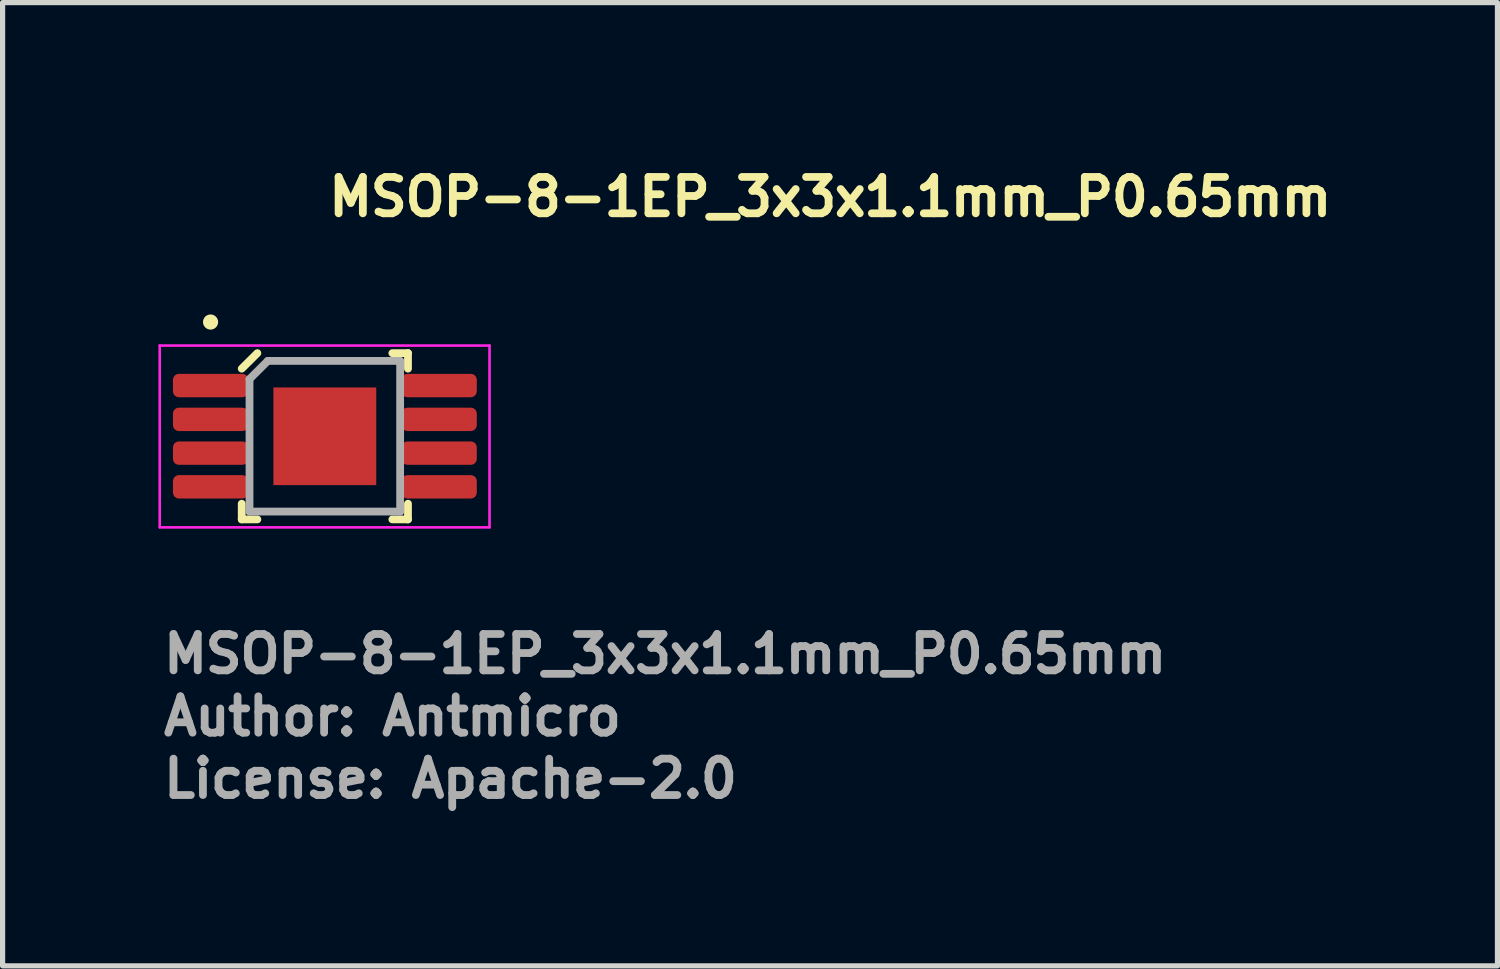
<source format=kicad_pcb>
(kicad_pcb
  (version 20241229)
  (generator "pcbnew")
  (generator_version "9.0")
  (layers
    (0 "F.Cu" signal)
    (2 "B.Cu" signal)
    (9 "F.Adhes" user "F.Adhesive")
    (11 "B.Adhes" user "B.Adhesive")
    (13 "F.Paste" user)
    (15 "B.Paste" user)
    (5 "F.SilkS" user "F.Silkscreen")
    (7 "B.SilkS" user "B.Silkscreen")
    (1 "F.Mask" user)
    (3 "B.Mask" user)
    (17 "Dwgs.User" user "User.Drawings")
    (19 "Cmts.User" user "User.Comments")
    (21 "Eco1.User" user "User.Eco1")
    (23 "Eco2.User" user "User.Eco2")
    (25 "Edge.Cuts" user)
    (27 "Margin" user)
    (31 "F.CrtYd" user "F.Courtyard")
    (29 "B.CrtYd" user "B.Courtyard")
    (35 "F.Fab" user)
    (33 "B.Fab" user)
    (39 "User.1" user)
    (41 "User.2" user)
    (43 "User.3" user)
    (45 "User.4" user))
  (footprint "MSOP-8-1EP_3x3x1.1mm_P0.65mm"
    (layer "F.Cu")
    (at 3.204 5.35)
    (property "Reference" "MSOP-8-1EP_3x3x1.1mm_P0.65mm" (at 0 -4.2 0) (layer "F.SilkS") (effects (font (size 0.7 0.7) (thickness 0.15)) (justify left bottom)))
    (attr smd)
    (fp_line (start -1.6 1.6) (end -1.6 1.298) (stroke (width 0.15) (type solid)) (layer "F.SilkS"))
    (fp_line (start -1.299 -1.601) (end -1.6 -1.302) (stroke (width 0.15) (type solid)) (layer "F.SilkS"))
    (fp_line (start -1.299 1.6) (end -1.6 1.6) (stroke (width 0.15) (type solid)) (layer "F.SilkS"))
    (fp_line (start 1.3 -1.601) (end 1.601 -1.601) (stroke (width 0.15) (type solid)) (layer "F.SilkS"))
    (fp_line (start 1.601 -1.601) (end 1.601 -1.302) (stroke (width 0.15) (type solid)) (layer "F.SilkS"))
    (fp_line (start 1.601 1.298) (end 1.601 1.6) (stroke (width 0.15) (type solid)) (layer "F.SilkS"))
    (fp_line (start 1.601 1.6) (end 1.3 1.6) (stroke (width 0.15) (type solid)) (layer "F.SilkS"))
    (fp_circle (center -2.2 -2.2) (end -2.25 -2.25) (stroke (width 0.15) (type solid)) (fill yes) (layer "F.SilkS"))
    (fp_line (start -3.179 -1.747) (end 3.171 -1.747) (stroke (width 0.05) (type solid)) (layer "F.CrtYd"))
    (fp_line (start -3.179 1.753) (end -3.179 -1.747) (stroke (width 0.05) (type solid)) (layer "F.CrtYd"))
    (fp_line (start 3.171 1.753) (end -3.179 1.753) (stroke (width 0.05) (type solid)) (layer "F.CrtYd"))
    (fp_line (start 3.171 1.753) (end 3.171 -1.747) (stroke (width 0.05) (type solid)) (layer "F.CrtYd"))
    (fp_line (start -1.45 -1.101) (end -1.45 1.449) (stroke (width 0.15) (type solid)) (layer "F.Fab"))
    (fp_line (start -1.099 -1.451) (end -1.45 -1.101) (stroke (width 0.15) (type solid)) (layer "F.Fab"))
    (fp_line (start 1.45 -1.451) (end -1.099 -1.451) (stroke (width 0.15) (type solid)) (layer "F.Fab"))
    (fp_line (start 1.45 -1.451) (end 1.45 1.449) (stroke (width 0.15) (type solid)) (layer "F.Fab"))
    (fp_line (start 1.45 1.449) (end -1.45 1.449) (stroke (width 0.15) (type solid)) (layer "F.Fab"))
    (fp_rect (start -2.451 1.498) (end 2.451 -1.5) (stroke (width 0.1) (type solid)) (fill no) (layer "User.5"))
    (fp_line (start -2.451 -1.128) (end -2.451 -0.824) (stroke (width 0.02) (type solid)) (layer "User.9"))
    (fp_line (start -2.451 -0.479) (end -2.451 -0.173) (stroke (width 0.02) (type solid)) (layer "User.9"))
    (fp_line (start -2.451 0.172) (end -2.451 0.477) (stroke (width 0.02) (type solid)) (layer "User.9"))
    (fp_line (start -2.451 0.822) (end -2.451 1.127) (stroke (width 0.02) (type solid)) (layer "User.9"))
    (fp_line (start -2.211 -1.128) (end -2.451 -1.128) (stroke (width 0.02) (type solid)) (layer "User.9"))
    (fp_line (start -2.211 -1.128) (end -2.092 -1.128) (stroke (width 0.02) (type solid)) (layer "User.9"))
    (fp_line (start -2.211 -0.824) (end -2.451 -0.824) (stroke (width 0.02) (type solid)) (layer "User.9"))
    (fp_line (start -2.211 -0.824) (end -2.092 -0.824) (stroke (width 0.02) (type solid)) (layer "User.9"))
    (fp_line (start -2.211 -0.479) (end -2.451 -0.479) (stroke (width 0.02) (type solid)) (layer "User.9"))
    (fp_line (start -2.211 -0.479) (end -2.092 -0.479) (stroke (width 0.02) (type solid)) (layer "User.9"))
    (fp_line (start -2.211 -0.173) (end -2.451 -0.173) (stroke (width 0.02) (type solid)) (layer "User.9"))
    (fp_line (start -2.211 -0.173) (end -2.092 -0.173) (stroke (width 0.02) (type solid)) (layer "User.9"))
    (fp_line (start -2.211 0.172) (end -2.451 0.172) (stroke (width 0.02) (type solid)) (layer "User.9"))
    (fp_line (start -2.211 0.172) (end -2.092 0.172) (stroke (width 0.02) (type solid)) (layer "User.9"))
    (fp_line (start -2.211 0.477) (end -2.451 0.477) (stroke (width 0.02) (type solid)) (layer "User.9"))
    (fp_line (start -2.211 0.477) (end -2.092 0.477) (stroke (width 0.02) (type solid)) (layer "User.9"))
    (fp_line (start -2.211 0.822) (end -2.451 0.822) (stroke (width 0.02) (type solid)) (layer "User.9"))
    (fp_line (start -2.211 0.822) (end -2.092 0.822) (stroke (width 0.02) (type solid)) (layer "User.9"))
    (fp_line (start -2.211 1.127) (end -2.451 1.127) (stroke (width 0.02) (type solid)) (layer "User.9"))
    (fp_line (start -2.211 1.127) (end -2.092 1.127) (stroke (width 0.02) (type solid)) (layer "User.9"))
    (fp_line (start -2.092 -1.128) (end -2.082 -1.128) (stroke (width 0.02) (type solid)) (layer "User.9"))
    (fp_line (start -2.092 -0.479) (end -2.082 -0.479) (stroke (width 0.02) (type solid)) (layer "User.9"))
    (fp_line (start -2.092 0.172) (end -2.082 0.172) (stroke (width 0.02) (type solid)) (layer "User.9"))
    (fp_line (start -2.092 0.822) (end -2.082 0.822) (stroke (width 0.02) (type solid)) (layer "User.9"))
    (fp_line (start -2.082 -1.128) (end -1.779 -1.128) (stroke (width 0.02) (type solid)) (layer "User.9"))
    (fp_line (start -2.082 -0.824) (end -2.092 -0.824) (stroke (width 0.02) (type solid)) (layer "User.9"))
    (fp_line (start -2.082 -0.824) (end -1.779 -0.824) (stroke (width 0.02) (type solid)) (layer "User.9"))
    (fp_line (start -2.082 -0.479) (end -1.779 -0.479) (stroke (width 0.02) (type solid)) (layer "User.9"))
    (fp_line (start -2.082 -0.173) (end -2.092 -0.173) (stroke (width 0.02) (type solid)) (layer "User.9"))
    (fp_line (start -2.082 -0.173) (end -1.779 -0.173) (stroke (width 0.02) (type solid)) (layer "User.9"))
    (fp_line (start -2.082 0.172) (end -1.779 0.172) (stroke (width 0.02) (type solid)) (layer "User.9"))
    (fp_line (start -2.082 0.477) (end -2.092 0.477) (stroke (width 0.02) (type solid)) (layer "User.9"))
    (fp_line (start -2.082 0.477) (end -1.779 0.477) (stroke (width 0.02) (type solid)) (layer "User.9"))
    (fp_line (start -2.082 0.822) (end -1.779 0.822) (stroke (width 0.02) (type solid)) (layer "User.9"))
    (fp_line (start -2.082 1.127) (end -2.092 1.127) (stroke (width 0.02) (type solid)) (layer "User.9"))
    (fp_line (start -2.082 1.127) (end -1.779 1.127) (stroke (width 0.02) (type solid)) (layer "User.9"))
    (fp_line (start -1.498 -1.382) (end -1.497 -1.388) (stroke (width 0.02) (type solid)) (layer "User.9"))
    (fp_line (start -1.498 -1.376) (end -1.498 -1.382) (stroke (width 0.02) (type solid)) (layer "User.9"))
    (fp_line (start -1.498 -1.373) (end -1.498 -1.376) (stroke (width 0.02) (type solid)) (layer "User.9"))
    (fp_line (start -1.498 -1.373) (end -1.498 1.37) (stroke (width 0.02) (type solid)) (layer "User.9"))
    (fp_line (start -1.498 -1.128) (end -1.779 -1.128) (stroke (width 0.02) (type solid)) (layer "User.9"))
    (fp_line (start -1.498 -1.128) (end -1.498 -0.824) (stroke (width 0.02) (type solid)) (layer "User.9"))
    (fp_line (start -1.498 -0.824) (end -1.779 -0.824) (stroke (width 0.02) (type solid)) (layer "User.9"))
    (fp_line (start -1.498 -0.479) (end -1.779 -0.479) (stroke (width 0.02) (type solid)) (layer "User.9"))
    (fp_line (start -1.498 -0.479) (end -1.498 -0.173) (stroke (width 0.02) (type solid)) (layer "User.9"))
    (fp_line (start -1.498 -0.173) (end -1.779 -0.173) (stroke (width 0.02) (type solid)) (layer "User.9"))
    (fp_line (start -1.498 0.172) (end -1.779 0.172) (stroke (width 0.02) (type solid)) (layer "User.9"))
    (fp_line (start -1.498 0.172) (end -1.498 0.477) (stroke (width 0.02) (type solid)) (layer "User.9"))
    (fp_line (start -1.498 0.477) (end -1.779 0.477) (stroke (width 0.02) (type solid)) (layer "User.9"))
    (fp_line (start -1.498 0.822) (end -1.779 0.822) (stroke (width 0.02) (type solid)) (layer "User.9"))
    (fp_line (start -1.498 0.822) (end -1.498 1.127) (stroke (width 0.02) (type solid)) (layer "User.9"))
    (fp_line (start -1.498 1.127) (end -1.779 1.127) (stroke (width 0.02) (type solid)) (layer "User.9"))
    (fp_line (start -1.498 1.374) (end -1.498 1.37) (stroke (width 0.02) (type solid)) (layer "User.9"))
    (fp_line (start -1.498 1.379) (end -1.498 1.374) (stroke (width 0.02) (type solid)) (layer "User.9"))
    (fp_line (start -1.497 -1.393) (end -1.496 -1.399) (stroke (width 0.02) (type solid)) (layer "User.9"))
    (fp_line (start -1.497 -1.388) (end -1.497 -1.393) (stroke (width 0.02) (type solid)) (layer "User.9"))
    (fp_line (start -1.497 1.386) (end -1.498 1.379) (stroke (width 0.02) (type solid)) (layer "User.9"))
    (fp_line (start -1.497 1.391) (end -1.497 1.386) (stroke (width 0.02) (type solid)) (layer "User.9"))
    (fp_line (start -1.496 -1.399) (end -1.495 -1.405) (stroke (width 0.02) (type solid)) (layer "User.9"))
    (fp_line (start -1.496 1.398) (end -1.497 1.391) (stroke (width 0.02) (type solid)) (layer "User.9"))
    (fp_line (start -1.495 -1.405) (end -1.493 -1.411) (stroke (width 0.02) (type solid)) (layer "User.9"))
    (fp_line (start -1.495 1.403) (end -1.496 1.398) (stroke (width 0.02) (type solid)) (layer "User.9"))
    (fp_line (start -1.493 -1.411) (end -1.491 -1.417) (stroke (width 0.02) (type solid)) (layer "User.9"))
    (fp_line (start -1.493 1.41) (end -1.495 1.403) (stroke (width 0.02) (type solid)) (layer "User.9"))
    (fp_line (start -1.491 -1.417) (end -1.489 -1.422) (stroke (width 0.02) (type solid)) (layer "User.9"))
    (fp_line (start -1.491 1.415) (end -1.493 1.41) (stroke (width 0.02) (type solid)) (layer "User.9"))
    (fp_line (start -1.489 -1.422) (end -1.486 -1.429) (stroke (width 0.02) (type solid)) (layer "User.9"))
    (fp_line (start -1.489 1.421) (end -1.491 1.415) (stroke (width 0.02) (type solid)) (layer "User.9"))
    (fp_line (start -1.486 -1.429) (end -1.484 -1.434) (stroke (width 0.02) (type solid)) (layer "User.9"))
    (fp_line (start -1.486 1.426) (end -1.489 1.421) (stroke (width 0.02) (type solid)) (layer "User.9"))
    (fp_line (start -1.484 -1.434) (end -1.481 -1.439) (stroke (width 0.02) (type solid)) (layer "User.9"))
    (fp_line (start -1.484 1.431) (end -1.486 1.426) (stroke (width 0.02) (type solid)) (layer "User.9"))
    (fp_line (start -1.481 -1.439) (end -1.477 -1.444) (stroke (width 0.02) (type solid)) (layer "User.9"))
    (fp_line (start -1.481 1.437) (end -1.484 1.431) (stroke (width 0.02) (type solid)) (layer "User.9"))
    (fp_line (start -1.477 -1.444) (end -1.474 -1.449) (stroke (width 0.02) (type solid)) (layer "User.9"))
    (fp_line (start -1.477 1.442) (end -1.481 1.437) (stroke (width 0.02) (type solid)) (layer "User.9"))
    (fp_line (start -1.474 -1.449) (end -1.47 -1.454) (stroke (width 0.02) (type solid)) (layer "User.9"))
    (fp_line (start -1.474 1.446) (end -1.477 1.442) (stroke (width 0.02) (type solid)) (layer "User.9"))
    (fp_line (start -1.47 -1.454) (end -1.466 -1.457) (stroke (width 0.02) (type solid)) (layer "User.9"))
    (fp_line (start -1.47 1.451) (end -1.474 1.446) (stroke (width 0.02) (type solid)) (layer "User.9"))
    (fp_line (start -1.466 -1.457) (end -1.462 -1.462) (stroke (width 0.02) (type solid)) (layer "User.9"))
    (fp_line (start -1.466 1.455) (end -1.47 1.451) (stroke (width 0.02) (type solid)) (layer "User.9"))
    (fp_line (start -1.462 -1.462) (end -1.457 -1.466) (stroke (width 0.02) (type solid)) (layer "User.9"))
    (fp_line (start -1.462 1.46) (end -1.466 1.455) (stroke (width 0.02) (type solid)) (layer "User.9"))
    (fp_line (start -1.457 -1.466) (end -1.453 -1.47) (stroke (width 0.02) (type solid)) (layer "User.9"))
    (fp_line (start -1.457 1.464) (end -1.462 1.46) (stroke (width 0.02) (type solid)) (layer "User.9"))
    (fp_line (start -1.453 -1.47) (end -1.448 -1.474) (stroke (width 0.02) (type solid)) (layer "User.9"))
    (fp_line (start -1.453 1.468) (end -1.457 1.464) (stroke (width 0.02) (type solid)) (layer "User.9"))
    (fp_line (start -1.448 -1.474) (end -1.443 -1.477) (stroke (width 0.02) (type solid)) (layer "User.9"))
    (fp_line (start -1.448 1.472) (end -1.453 1.468) (stroke (width 0.02) (type solid)) (layer "User.9"))
    (fp_line (start -1.443 -1.477) (end -1.438 -1.481) (stroke (width 0.02) (type solid)) (layer "User.9"))
    (fp_line (start -1.443 1.475) (end -1.448 1.472) (stroke (width 0.02) (type solid)) (layer "User.9"))
    (fp_line (start -1.438 -1.481) (end -1.433 -1.484) (stroke (width 0.02) (type solid)) (layer "User.9"))
    (fp_line (start -1.438 1.479) (end -1.443 1.475) (stroke (width 0.02) (type solid)) (layer "User.9"))
    (fp_line (start -1.433 -1.484) (end -1.427 -1.486) (stroke (width 0.02) (type solid)) (layer "User.9"))
    (fp_line (start -1.433 -1.316) (end -1.431 -1.322) (stroke (width 0.02) (type solid)) (layer "User.9"))
    (fp_line (start -1.433 -1.31) (end -1.433 -1.316) (stroke (width 0.02) (type solid)) (layer "User.9"))
    (fp_line (start -1.433 1.313) (end -1.433 1.308) (stroke (width 0.02) (type solid)) (layer "User.9"))
    (fp_line (start -1.433 1.483) (end -1.438 1.479) (stroke (width 0.02) (type solid)) (layer "User.9"))
    (fp_line (start -1.431 -1.322) (end -1.43 -1.328) (stroke (width 0.02) (type solid)) (layer "User.9"))
    (fp_line (start -1.431 1.32) (end -1.433 1.313) (stroke (width 0.02) (type solid)) (layer "User.9"))
    (fp_line (start -1.43 -1.328) (end -1.429 -1.333) (stroke (width 0.02) (type solid)) (layer "User.9"))
    (fp_line (start -1.43 1.325) (end -1.431 1.32) (stroke (width 0.02) (type solid)) (layer "User.9"))
    (fp_line (start -1.429 -1.333) (end -1.427 -1.339) (stroke (width 0.02) (type solid)) (layer "User.9"))
    (fp_line (start -1.429 1.331) (end -1.43 1.325) (stroke (width 0.02) (type solid)) (layer "User.9"))
    (fp_line (start -1.427 -1.486) (end -1.421 -1.49) (stroke (width 0.02) (type solid)) (layer "User.9"))
    (fp_line (start -1.427 -1.339) (end -1.425 -1.345) (stroke (width 0.02) (type solid)) (layer "User.9"))
    (fp_line (start -1.427 1.338) (end -1.429 1.331) (stroke (width 0.02) (type solid)) (layer "User.9"))
    (fp_line (start -1.427 1.484) (end -1.433 1.483) (stroke (width 0.02) (type solid)) (layer "User.9"))
    (fp_line (start -1.425 -1.345) (end -1.423 -1.351) (stroke (width 0.02) (type solid)) (layer "User.9"))
    (fp_line (start -1.425 1.343) (end -1.427 1.338) (stroke (width 0.02) (type solid)) (layer "User.9"))
    (fp_line (start -1.423 -1.351) (end -1.421 -1.356) (stroke (width 0.02) (type solid)) (layer "User.9"))
    (fp_line (start -1.423 1.35) (end -1.425 1.343) (stroke (width 0.02) (type solid)) (layer "User.9"))
    (fp_line (start -1.421 -1.49) (end -1.416 -1.492) (stroke (width 0.02) (type solid)) (layer "User.9"))
    (fp_line (start -1.421 -1.356) (end -1.418 -1.363) (stroke (width 0.02) (type solid)) (layer "User.9"))
    (fp_line (start -1.421 1.354) (end -1.423 1.35) (stroke (width 0.02) (type solid)) (layer "User.9"))
    (fp_line (start -1.421 1.487) (end -1.427 1.484) (stroke (width 0.02) (type solid)) (layer "User.9"))
    (fp_line (start -1.418 -1.363) (end -1.416 -1.368) (stroke (width 0.02) (type solid)) (layer "User.9"))
    (fp_line (start -1.418 1.361) (end -1.421 1.354) (stroke (width 0.02) (type solid)) (layer "User.9"))
    (fp_line (start -1.416 -1.492) (end -1.41 -1.494) (stroke (width 0.02) (type solid)) (layer "User.9"))
    (fp_line (start -1.416 -1.368) (end -1.413 -1.373) (stroke (width 0.02) (type solid)) (layer "User.9"))
    (fp_line (start -1.416 1.366) (end -1.418 1.361) (stroke (width 0.02) (type solid)) (layer "User.9"))
    (fp_line (start -1.416 1.49) (end -1.421 1.487) (stroke (width 0.02) (type solid)) (layer "User.9"))
    (fp_line (start -1.413 -1.373) (end -1.409 -1.378) (stroke (width 0.02) (type solid)) (layer "User.9"))
    (fp_line (start -1.413 1.37) (end -1.416 1.366) (stroke (width 0.02) (type solid)) (layer "User.9"))
    (fp_line (start -1.41 -1.494) (end -1.404 -1.496) (stroke (width 0.02) (type solid)) (layer "User.9"))
    (fp_line (start -1.41 1.491) (end -1.416 1.49) (stroke (width 0.02) (type solid)) (layer "User.9"))
    (fp_line (start -1.409 -1.378) (end -1.406 -1.383) (stroke (width 0.02) (type solid)) (layer "User.9"))
    (fp_line (start -1.409 1.375) (end -1.413 1.37) (stroke (width 0.02) (type solid)) (layer "User.9"))
    (fp_line (start -1.406 -1.383) (end -1.402 -1.387) (stroke (width 0.02) (type solid)) (layer "User.9"))
    (fp_line (start -1.406 1.381) (end -1.409 1.375) (stroke (width 0.02) (type solid)) (layer "User.9"))
    (fp_line (start -1.404 -1.496) (end -1.398 -1.497) (stroke (width 0.02) (type solid)) (layer "User.9"))
    (fp_line (start -1.404 1.494) (end -1.41 1.491) (stroke (width 0.02) (type solid)) (layer "User.9"))
    (fp_line (start -1.402 -1.387) (end -1.398 -1.392) (stroke (width 0.02) (type solid)) (layer "User.9"))
    (fp_line (start -1.402 1.385) (end -1.406 1.381) (stroke (width 0.02) (type solid)) (layer "User.9"))
    (fp_line (start -1.398 -1.497) (end -1.392 -1.499) (stroke (width 0.02) (type solid)) (layer "User.9"))
    (fp_line (start -1.398 -1.392) (end -1.394 -1.395) (stroke (width 0.02) (type solid)) (layer "User.9"))
    (fp_line (start -1.398 1.39) (end -1.402 1.385) (stroke (width 0.02) (type solid)) (layer "User.9"))
    (fp_line (start -1.398 1.495) (end -1.404 1.494) (stroke (width 0.02) (type solid)) (layer "User.9"))
    (fp_line (start -1.394 -1.395) (end -1.39 -1.399) (stroke (width 0.02) (type solid)) (layer "User.9"))
    (fp_line (start -1.394 1.394) (end -1.398 1.39) (stroke (width 0.02) (type solid)) (layer "User.9"))
    (fp_line (start -1.392 -1.499) (end -1.386 -1.499) (stroke (width 0.02) (type solid)) (layer "User.9"))
    (fp_line (start -1.392 1.496) (end -1.398 1.495) (stroke (width 0.02) (type solid)) (layer "User.9"))
    (fp_line (start -1.39 -1.399) (end -1.385 -1.403) (stroke (width 0.02) (type solid)) (layer "User.9"))
    (fp_line (start -1.39 1.398) (end -1.394 1.394) (stroke (width 0.02) (type solid)) (layer "User.9"))
    (fp_line (start -1.386 -1.499) (end -1.38 -1.5) (stroke (width 0.02) (type solid)) (layer "User.9"))
    (fp_line (start -1.386 1.496) (end -1.392 1.496) (stroke (width 0.02) (type solid)) (layer "User.9"))
    (fp_line (start -1.385 -1.403) (end -1.381 -1.407) (stroke (width 0.02) (type solid)) (layer "User.9"))
    (fp_line (start -1.385 1.402) (end -1.39 1.398) (stroke (width 0.02) (type solid)) (layer "User.9"))
    (fp_line (start -1.381 -1.407) (end -1.376 -1.41) (stroke (width 0.02) (type solid)) (layer "User.9"))
    (fp_line (start -1.381 1.406) (end -1.385 1.402) (stroke (width 0.02) (type solid)) (layer "User.9"))
    (fp_line (start -1.38 -1.5) (end -1.374 -1.5) (stroke (width 0.02) (type solid)) (layer "User.9"))
    (fp_line (start -1.38 1.498) (end -1.386 1.496) (stroke (width 0.02) (type solid)) (layer "User.9"))
    (fp_line (start -1.376 -1.41) (end -1.371 -1.414) (stroke (width 0.02) (type solid)) (layer "User.9"))
    (fp_line (start -1.376 1.409) (end -1.381 1.406) (stroke (width 0.02) (type solid)) (layer "User.9"))
    (fp_line (start -1.374 -1.5) (end -1.371 -1.5) (stroke (width 0.02) (type solid)) (layer "User.9"))
    (fp_line (start -1.374 1.498) (end -1.38 1.498) (stroke (width 0.02) (type solid)) (layer "User.9"))
    (fp_line (start -1.371 -1.5) (end 1.372 -1.5) (stroke (width 0.02) (type solid)) (layer "User.9"))
    (fp_line (start -1.371 -1.414) (end -1.367 -1.417) (stroke (width 0.02) (type solid)) (layer "User.9"))
    (fp_line (start -1.371 1.413) (end -1.376 1.409) (stroke (width 0.02) (type solid)) (layer "User.9"))
    (fp_line (start -1.371 1.498) (end -1.374 1.498) (stroke (width 0.02) (type solid)) (layer "User.9"))
    (fp_line (start -1.371 1.498) (end 1.372 1.498) (stroke (width 0.02) (type solid)) (layer "User.9"))
    (fp_line (start -1.367 -1.417) (end -1.362 -1.419) (stroke (width 0.02) (type solid)) (layer "User.9"))
    (fp_line (start -1.367 1.415) (end -1.371 1.413) (stroke (width 0.02) (type solid)) (layer "User.9"))
    (fp_line (start -1.362 -1.419) (end -1.356 -1.422) (stroke (width 0.02) (type solid)) (layer "User.9"))
    (fp_line (start -1.362 1.418) (end -1.367 1.415) (stroke (width 0.02) (type solid)) (layer "User.9"))
    (fp_line (start -1.356 -1.422) (end -1.351 -1.425) (stroke (width 0.02) (type solid)) (layer "User.9"))
    (fp_line (start -1.356 1.421) (end -1.362 1.418) (stroke (width 0.02) (type solid)) (layer "User.9"))
    (fp_line (start -1.351 -1.425) (end -1.345 -1.427) (stroke (width 0.02) (type solid)) (layer "User.9"))
    (fp_line (start -1.351 1.422) (end -1.356 1.421) (stroke (width 0.02) (type solid)) (layer "User.9"))
    (fp_line (start -1.345 -1.427) (end -1.339 -1.429) (stroke (width 0.02) (type solid)) (layer "User.9"))
    (fp_line (start -1.345 1.425) (end -1.351 1.422) (stroke (width 0.02) (type solid)) (layer "User.9"))
    (fp_line (start -1.339 -1.429) (end -1.333 -1.431) (stroke (width 0.02) (type solid)) (layer "User.9"))
    (fp_line (start -1.339 1.426) (end -1.345 1.425) (stroke (width 0.02) (type solid)) (layer "User.9"))
    (fp_line (start -1.333 -1.431) (end -1.327 -1.432) (stroke (width 0.02) (type solid)) (layer "User.9"))
    (fp_line (start -1.333 1.429) (end -1.339 1.426) (stroke (width 0.02) (type solid)) (layer "User.9"))
    (fp_line (start -1.327 -1.432) (end -1.321 -1.433) (stroke (width 0.02) (type solid)) (layer "User.9"))
    (fp_line (start -1.327 1.43) (end -1.333 1.429) (stroke (width 0.02) (type solid)) (layer "User.9"))
    (fp_line (start -1.321 -1.433) (end -1.315 -1.434) (stroke (width 0.02) (type solid)) (layer "User.9"))
    (fp_line (start -1.321 -0.99) (end -1.32 -0.994) (stroke (width 0.02) (type solid)) (layer "User.9"))
    (fp_line (start -1.321 -0.986) (end -1.321 -0.99) (stroke (width 0.02) (type solid)) (layer "User.9"))
    (fp_line (start -1.321 -0.982) (end -1.321 -0.986) (stroke (width 0.02) (type solid)) (layer "User.9"))
    (fp_line (start -1.321 -0.979) (end -1.321 -0.982) (stroke (width 0.02) (type solid)) (layer "User.9"))
    (fp_line (start -1.321 -0.979) (end -1.32 -0.99) (stroke (width 0.02) (type solid)) (layer "User.9"))
    (fp_line (start -1.321 -0.975) (end -1.321 -0.979) (stroke (width 0.02) (type solid)) (layer "User.9"))
    (fp_line (start -1.321 -0.971) (end -1.321 -0.975) (stroke (width 0.02) (type solid)) (layer "User.9"))
    (fp_line (start -1.321 -0.967) (end -1.321 -0.979) (stroke (width 0.02) (type solid)) (layer "User.9"))
    (fp_line (start -1.321 -0.967) (end -1.321 -0.971) (stroke (width 0.02) (type solid)) (layer "User.9"))
    (fp_line (start -1.321 1.43) (end -1.327 1.43) (stroke (width 0.02) (type solid)) (layer "User.9"))
    (fp_line (start -1.32 -1.002) (end -1.318 -1.013) (stroke (width 0.02) (type solid)) (layer "User.9"))
    (fp_line (start -1.32 -0.994) (end -1.32 -0.998) (stroke (width 0.02) (type solid)) (layer "User.9"))
    (fp_line (start -1.32 -0.99) (end -1.32 -1.002) (stroke (width 0.02) (type solid)) (layer "User.9"))
    (fp_line (start -1.318 -1.013) (end -1.316 -1.025) (stroke (width 0.02) (type solid)) (layer "User.9"))
    (fp_line (start -1.316 -1.029) (end -1.315 -1.033) (stroke (width 0.02) (type solid)) (layer "User.9"))
    (fp_line (start -1.316 -1.025) (end -1.314 -1.036) (stroke (width 0.02) (type solid)) (layer "User.9"))
    (fp_line (start -1.315 -1.434) (end -1.309 -1.434) (stroke (width 0.02) (type solid)) (layer "User.9"))
    (fp_line (start -1.315 -1.033) (end -1.314 -1.036) (stroke (width 0.02) (type solid)) (layer "User.9"))
    (fp_line (start -1.315 1.431) (end -1.321 1.43) (stroke (width 0.02) (type solid)) (layer "User.9"))
    (fp_line (start -1.314 -1.039) (end -1.313 -1.044) (stroke (width 0.02) (type solid)) (layer "User.9"))
    (fp_line (start -1.314 -1.036) (end -1.314 -1.039) (stroke (width 0.02) (type solid)) (layer "User.9"))
    (fp_line (start -1.314 -1.036) (end -1.312 -1.048) (stroke (width 0.02) (type solid)) (layer "User.9"))
    (fp_line (start -1.313 -1.044) (end -1.312 -1.048) (stroke (width 0.02) (type solid)) (layer "User.9"))
    (fp_line (start -1.312 -1.048) (end -1.311 -1.051) (stroke (width 0.02) (type solid)) (layer "User.9"))
    (fp_line (start -1.312 -1.048) (end -1.309 -1.059) (stroke (width 0.02) (type solid)) (layer "User.9"))
    (fp_line (start -1.311 -1.051) (end -1.31 -1.055) (stroke (width 0.02) (type solid)) (layer "User.9"))
    (fp_line (start -1.31 -1.055) (end -1.309 -1.059) (stroke (width 0.02) (type solid)) (layer "User.9"))
    (fp_line (start -1.309 -1.434) (end -1.309 -1.31) (stroke (width 0.02) (type solid)) (layer "User.9"))
    (fp_line (start -1.309 -1.059) (end -1.301 -1.081) (stroke (width 0.02) (type solid)) (layer "User.9"))
    (fp_line (start -1.309 -0.967) (end -1.321 -0.967) (stroke (width 0.02) (type solid)) (layer "User.9"))
    (fp_line (start -1.309 -0.967) (end -0.609 -0.967) (stroke (width 0.02) (type solid)) (layer "User.9"))
    (fp_line (start -1.309 1.308) (end -1.309 1.431) (stroke (width 0.02) (type solid)) (layer "User.9"))
    (fp_line (start -1.309 1.431) (end -1.315 1.431) (stroke (width 0.02) (type solid)) (layer "User.9"))
    (fp_line (start -1.301 -1.081) (end -1.293 -1.103) (stroke (width 0.02) (type solid)) (layer "User.9"))
    (fp_line (start -1.293 -1.103) (end -1.283 -1.124) (stroke (width 0.02) (type solid)) (layer "User.9"))
    (fp_line (start -1.283 -1.124) (end -1.272 -1.145) (stroke (width 0.02) (type solid)) (layer "User.9"))
    (fp_line (start -1.272 -1.145) (end -1.26 -1.164) (stroke (width 0.02) (type solid)) (layer "User.9"))
    (fp_line (start -1.26 -1.164) (end -1.246 -1.184) (stroke (width 0.02) (type solid)) (layer "User.9"))
    (fp_line (start -1.246 -1.184) (end -1.233 -1.201) (stroke (width 0.02) (type solid)) (layer "User.9"))
    (fp_line (start -1.233 -1.201) (end -1.217 -1.217) (stroke (width 0.02) (type solid)) (layer "User.9"))
    (fp_line (start -1.217 -1.217) (end -1.2 -1.234) (stroke (width 0.02) (type solid)) (layer "User.9"))
    (fp_line (start -1.2 -1.234) (end -1.182 -1.248) (stroke (width 0.02) (type solid)) (layer "User.9"))
    (fp_line (start -1.182 -1.248) (end -1.163 -1.262) (stroke (width 0.02) (type solid)) (layer "User.9"))
    (fp_line (start -1.163 -1.262) (end -1.143 -1.273) (stroke (width 0.02) (type solid)) (layer "User.9"))
    (fp_line (start -1.143 -1.273) (end -1.123 -1.284) (stroke (width 0.02) (type solid)) (layer "User.9"))
    (fp_line (start -1.123 -1.284) (end -1.103 -1.294) (stroke (width 0.02) (type solid)) (layer "User.9"))
    (fp_line (start -1.103 -1.294) (end -1.081 -1.303) (stroke (width 0.02) (type solid)) (layer "User.9"))
    (fp_line (start -1.081 -1.303) (end -1.057 -1.31) (stroke (width 0.02) (type solid)) (layer "User.9"))
    (fp_line (start -1.057 -1.31) (end -1.053 -1.312) (stroke (width 0.02) (type solid)) (layer "User.9"))
    (fp_line (start -1.057 -1.31) (end -1.046 -1.313) (stroke (width 0.02) (type solid)) (layer "User.9"))
    (fp_line (start -1.053 -1.312) (end -1.046 -1.313) (stroke (width 0.02) (type solid)) (layer "User.9"))
    (fp_line (start -1.046 -1.313) (end -1.04 -1.314) (stroke (width 0.02) (type solid)) (layer "User.9"))
    (fp_line (start -1.046 -1.313) (end -1.034 -1.315) (stroke (width 0.02) (type solid)) (layer "User.9"))
    (fp_line (start -1.04 -1.314) (end -1.036 -1.315) (stroke (width 0.02) (type solid)) (layer "User.9"))
    (fp_line (start -1.036 -1.315) (end -1.03 -1.316) (stroke (width 0.02) (type solid)) (layer "User.9"))
    (fp_line (start -1.034 -1.315) (end -1.024 -1.318) (stroke (width 0.02) (type solid)) (layer "User.9"))
    (fp_line (start -1.03 -1.316) (end -1.024 -1.317) (stroke (width 0.02) (type solid)) (layer "User.9"))
    (fp_line (start -1.024 -1.318) (end -1.012 -1.319) (stroke (width 0.02) (type solid)) (layer "User.9"))
    (fp_line (start -1.024 -1.317) (end -1.018 -1.318) (stroke (width 0.02) (type solid)) (layer "User.9"))
    (fp_line (start -1.018 -1.318) (end -1.012 -1.319) (stroke (width 0.02) (type solid)) (layer "User.9"))
    (fp_line (start -1.012 -1.319) (end -1 -1.321) (stroke (width 0.02) (type solid)) (layer "User.9"))
    (fp_line (start -1 -1.321) (end -0.988 -1.322) (stroke (width 0.02) (type solid)) (layer "User.9"))
    (fp_line (start -0.988 -1.322) (end -0.976 -1.322) (stroke (width 0.02) (type solid)) (layer "User.9"))
    (fp_line (start -0.976 -1.322) (end -0.966 -1.322) (stroke (width 0.02) (type solid)) (layer "User.9"))
    (fp_line (start -0.966 -1.322) (end -0.964 -1.322) (stroke (width 0.02) (type solid)) (layer "User.9"))
    (fp_line (start -0.966 -1.322) (end -0.954 -1.322) (stroke (width 0.02) (type solid)) (layer "User.9"))
    (fp_line (start -0.964 -1.322) (end -0.962 -1.322) (stroke (width 0.02) (type solid)) (layer "User.9"))
    (fp_line (start -0.954 -1.322) (end -0.942 -1.322) (stroke (width 0.02) (type solid)) (layer "User.9"))
    (fp_line (start -0.942 -1.322) (end -0.93 -1.321) (stroke (width 0.02) (type solid)) (layer "User.9"))
    (fp_line (start -0.93 -1.321) (end -0.919 -1.319) (stroke (width 0.02) (type solid)) (layer "User.9"))
    (fp_line (start -0.919 -1.319) (end -0.913 -1.318) (stroke (width 0.02) (type solid)) (layer "User.9"))
    (fp_line (start -0.919 -1.319) (end -0.907 -1.318) (stroke (width 0.02) (type solid)) (layer "User.9"))
    (fp_line (start -0.913 -1.318) (end -0.907 -1.317) (stroke (width 0.02) (type solid)) (layer "User.9"))
    (fp_line (start -0.907 -1.318) (end -0.895 -1.315) (stroke (width 0.02) (type solid)) (layer "User.9"))
    (fp_line (start -0.907 -1.317) (end -0.901 -1.316) (stroke (width 0.02) (type solid)) (layer "User.9"))
    (fp_line (start -0.901 -1.316) (end -0.895 -1.315) (stroke (width 0.02) (type solid)) (layer "User.9"))
    (fp_line (start -0.895 -1.315) (end -0.889 -1.314) (stroke (width 0.02) (type solid)) (layer "User.9"))
    (fp_line (start -0.895 -1.315) (end -0.885 -1.313) (stroke (width 0.02) (type solid)) (layer "User.9"))
    (fp_line (start -0.889 -1.314) (end -0.883 -1.313) (stroke (width 0.02) (type solid)) (layer "User.9"))
    (fp_line (start -0.885 -1.313) (end -0.873 -1.31) (stroke (width 0.02) (type solid)) (layer "User.9"))
    (fp_line (start -0.883 -1.313) (end -0.879 -1.312) (stroke (width 0.02) (type solid)) (layer "User.9"))
    (fp_line (start -0.879 -1.312) (end -0.873 -1.31) (stroke (width 0.02) (type solid)) (layer "User.9"))
    (fp_line (start -0.873 -1.31) (end -0.859 -1.306) (stroke (width 0.02) (type solid)) (layer "User.9"))
    (fp_line (start -0.859 -1.306) (end -0.845 -1.301) (stroke (width 0.02) (type solid)) (layer "User.9"))
    (fp_line (start -0.845 -1.301) (end -0.831 -1.295) (stroke (width 0.02) (type solid)) (layer "User.9"))
    (fp_line (start -0.831 -1.295) (end -0.817 -1.289) (stroke (width 0.02) (type solid)) (layer "User.9"))
    (fp_line (start -0.817 -1.289) (end -0.803 -1.282) (stroke (width 0.02) (type solid)) (layer "User.9"))
    (fp_line (start -0.803 -1.282) (end -0.79 -1.276) (stroke (width 0.02) (type solid)) (layer "User.9"))
    (fp_line (start -0.79 -1.276) (end -0.778 -1.268) (stroke (width 0.02) (type solid)) (layer "User.9"))
    (fp_line (start -0.778 -1.268) (end -0.766 -1.261) (stroke (width 0.02) (type solid)) (layer "User.9"))
    (fp_line (start -0.766 -1.261) (end -0.754 -1.253) (stroke (width 0.02) (type solid)) (layer "User.9"))
    (fp_line (start -0.754 -1.253) (end -0.742 -1.244) (stroke (width 0.02) (type solid)) (layer "User.9"))
    (fp_line (start -0.742 -1.244) (end -0.732 -1.235) (stroke (width 0.02) (type solid)) (layer "User.9"))
    (fp_line (start -0.732 -1.235) (end -0.722 -1.224) (stroke (width 0.02) (type solid)) (layer "User.9"))
    (fp_line (start -0.722 -1.224) (end -0.71 -1.215) (stroke (width 0.02) (type solid)) (layer "User.9"))
    (fp_line (start -0.71 -1.215) (end -0.702 -1.205) (stroke (width 0.02) (type solid)) (layer "User.9"))
    (fp_line (start -0.702 -1.205) (end -0.692 -1.193) (stroke (width 0.02) (type solid)) (layer "User.9"))
    (fp_line (start -0.692 -1.193) (end -0.682 -1.183) (stroke (width 0.02) (type solid)) (layer "User.9"))
    (fp_line (start -0.682 -1.183) (end -0.674 -1.171) (stroke (width 0.02) (type solid)) (layer "User.9"))
    (fp_line (start -0.674 -1.171) (end -0.666 -1.159) (stroke (width 0.02) (type solid)) (layer "User.9"))
    (fp_line (start -0.666 -1.159) (end -0.659 -1.147) (stroke (width 0.02) (type solid)) (layer "User.9"))
    (fp_line (start -0.659 -1.147) (end -0.651 -1.134) (stroke (width 0.02) (type solid)) (layer "User.9"))
    (fp_line (start -0.651 -1.134) (end -0.645 -1.121) (stroke (width 0.02) (type solid)) (layer "User.9"))
    (fp_line (start -0.645 -1.121) (end -0.639 -1.109) (stroke (width 0.02) (type solid)) (layer "User.9"))
    (fp_line (start -0.639 -1.109) (end -0.633 -1.096) (stroke (width 0.02) (type solid)) (layer "User.9"))
    (fp_line (start -0.633 -1.096) (end -0.629 -1.081) (stroke (width 0.02) (type solid)) (layer "User.9"))
    (fp_line (start -0.629 -1.081) (end -0.625 -1.067) (stroke (width 0.02) (type solid)) (layer "User.9"))
    (fp_line (start -0.625 -1.067) (end -0.621 -1.053) (stroke (width 0.02) (type solid)) (layer "User.9"))
    (fp_line (start -0.621 -1.053) (end -0.617 -1.039) (stroke (width 0.02) (type solid)) (layer "User.9"))
    (fp_line (start -0.617 -1.039) (end -0.615 -1.026) (stroke (width 0.02) (type solid)) (layer "User.9"))
    (fp_line (start -0.615 -1.026) (end -0.613 -1.011) (stroke (width 0.02) (type solid)) (layer "User.9"))
    (fp_line (start -0.613 -1.011) (end -0.611 -0.997) (stroke (width 0.02) (type solid)) (layer "User.9"))
    (fp_line (start -0.611 -0.997) (end -0.609 -0.982) (stroke (width 0.02) (type solid)) (layer "User.9"))
    (fp_line (start -0.609 -0.982) (end -0.609 -0.967) (stroke (width 0.02) (type solid)) (layer "User.9"))
    (fp_line (start 1.308 -1.434) (end 1.315 -1.434) (stroke (width 0.02) (type solid)) (layer "User.9"))
    (fp_line (start 1.308 -1.31) (end 1.308 -1.434) (stroke (width 0.02) (type solid)) (layer "User.9"))
    (fp_line (start 1.308 1.431) (end 1.308 1.308) (stroke (width 0.02) (type solid)) (layer "User.9"))
    (fp_line (start 1.315 -1.434) (end 1.32 -1.433) (stroke (width 0.02) (type solid)) (layer "User.9"))
    (fp_line (start 1.315 1.431) (end 1.308 1.431) (stroke (width 0.02) (type solid)) (layer "User.9"))
    (fp_line (start 1.32 -1.433) (end 1.327 -1.432) (stroke (width 0.02) (type solid)) (layer "User.9"))
    (fp_line (start 1.32 1.43) (end 1.315 1.431) (stroke (width 0.02) (type solid)) (layer "User.9"))
    (fp_line (start 1.327 -1.432) (end 1.332 -1.431) (stroke (width 0.02) (type solid)) (layer "User.9"))
    (fp_line (start 1.327 1.43) (end 1.32 1.43) (stroke (width 0.02) (type solid)) (layer "User.9"))
    (fp_line (start 1.332 -1.431) (end 1.339 -1.429) (stroke (width 0.02) (type solid)) (layer "User.9"))
    (fp_line (start 1.332 1.429) (end 1.327 1.43) (stroke (width 0.02) (type solid)) (layer "User.9"))
    (fp_line (start 1.339 -1.429) (end 1.344 -1.427) (stroke (width 0.02) (type solid)) (layer "User.9"))
    (fp_line (start 1.339 1.426) (end 1.332 1.429) (stroke (width 0.02) (type solid)) (layer "User.9"))
    (fp_line (start 1.344 -1.427) (end 1.351 -1.425) (stroke (width 0.02) (type solid)) (layer "User.9"))
    (fp_line (start 1.344 1.425) (end 1.339 1.426) (stroke (width 0.02) (type solid)) (layer "User.9"))
    (fp_line (start 1.351 -1.425) (end 1.356 -1.422) (stroke (width 0.02) (type solid)) (layer "User.9"))
    (fp_line (start 1.351 1.422) (end 1.344 1.425) (stroke (width 0.02) (type solid)) (layer "User.9"))
    (fp_line (start 1.356 -1.422) (end 1.361 -1.419) (stroke (width 0.02) (type solid)) (layer "User.9"))
    (fp_line (start 1.356 1.421) (end 1.351 1.422) (stroke (width 0.02) (type solid)) (layer "User.9"))
    (fp_line (start 1.361 -1.419) (end 1.367 -1.417) (stroke (width 0.02) (type solid)) (layer "User.9"))
    (fp_line (start 1.361 1.418) (end 1.356 1.421) (stroke (width 0.02) (type solid)) (layer "User.9"))
    (fp_line (start 1.367 -1.417) (end 1.372 -1.414) (stroke (width 0.02) (type solid)) (layer "User.9"))
    (fp_line (start 1.367 1.415) (end 1.361 1.418) (stroke (width 0.02) (type solid)) (layer "User.9"))
    (fp_line (start 1.372 -1.5) (end 1.375 -1.5) (stroke (width 0.02) (type solid)) (layer "User.9"))
    (fp_line (start 1.372 -1.414) (end 1.376 -1.41) (stroke (width 0.02) (type solid)) (layer "User.9"))
    (fp_line (start 1.372 1.413) (end 1.367 1.415) (stroke (width 0.02) (type solid)) (layer "User.9"))
    (fp_line (start 1.375 -1.5) (end 1.38 -1.5) (stroke (width 0.02) (type solid)) (layer "User.9"))
    (fp_line (start 1.375 1.498) (end 1.372 1.498) (stroke (width 0.02) (type solid)) (layer "User.9"))
    (fp_line (start 1.376 -1.41) (end 1.381 -1.407) (stroke (width 0.02) (type solid)) (layer "User.9"))
    (fp_line (start 1.376 1.409) (end 1.372 1.413) (stroke (width 0.02) (type solid)) (layer "User.9"))
    (fp_line (start 1.38 -1.5) (end 1.386 -1.499) (stroke (width 0.02) (type solid)) (layer "User.9"))
    (fp_line (start 1.38 1.498) (end 1.375 1.498) (stroke (width 0.02) (type solid)) (layer "User.9"))
    (fp_line (start 1.381 -1.407) (end 1.385 -1.403) (stroke (width 0.02) (type solid)) (layer "User.9"))
    (fp_line (start 1.381 1.406) (end 1.376 1.409) (stroke (width 0.02) (type solid)) (layer "User.9"))
    (fp_line (start 1.385 -1.403) (end 1.39 -1.399) (stroke (width 0.02) (type solid)) (layer "User.9"))
    (fp_line (start 1.385 1.402) (end 1.381 1.406) (stroke (width 0.02) (type solid)) (layer "User.9"))
    (fp_line (start 1.386 -1.499) (end 1.393 -1.499) (stroke (width 0.02) (type solid)) (layer "User.9"))
    (fp_line (start 1.386 1.496) (end 1.38 1.498) (stroke (width 0.02) (type solid)) (layer "User.9"))
    (fp_line (start 1.39 -1.399) (end 1.394 -1.395) (stroke (width 0.02) (type solid)) (layer "User.9"))
    (fp_line (start 1.39 1.398) (end 1.385 1.402) (stroke (width 0.02) (type solid)) (layer "User.9"))
    (fp_line (start 1.393 -1.499) (end 1.398 -1.497) (stroke (width 0.02) (type solid)) (layer "User.9"))
    (fp_line (start 1.393 1.496) (end 1.386 1.496) (stroke (width 0.02) (type solid)) (layer "User.9"))
    (fp_line (start 1.394 -1.395) (end 1.398 -1.392) (stroke (width 0.02) (type solid)) (layer "User.9"))
    (fp_line (start 1.394 1.394) (end 1.39 1.398) (stroke (width 0.02) (type solid)) (layer "User.9"))
    (fp_line (start 1.398 -1.497) (end 1.405 -1.496) (stroke (width 0.02) (type solid)) (layer "User.9"))
    (fp_line (start 1.398 -1.392) (end 1.402 -1.387) (stroke (width 0.02) (type solid)) (layer "User.9"))
    (fp_line (start 1.398 1.39) (end 1.394 1.394) (stroke (width 0.02) (type solid)) (layer "User.9"))
    (fp_line (start 1.398 1.495) (end 1.393 1.496) (stroke (width 0.02) (type solid)) (layer "User.9"))
    (fp_line (start 1.402 -1.387) (end 1.406 -1.383) (stroke (width 0.02) (type solid)) (layer "User.9"))
    (fp_line (start 1.402 1.385) (end 1.398 1.39) (stroke (width 0.02) (type solid)) (layer "User.9"))
    (fp_line (start 1.405 -1.496) (end 1.41 -1.494) (stroke (width 0.02) (type solid)) (layer "User.9"))
    (fp_line (start 1.405 1.494) (end 1.398 1.495) (stroke (width 0.02) (type solid)) (layer "User.9"))
    (fp_line (start 1.406 -1.383) (end 1.409 -1.378) (stroke (width 0.02) (type solid)) (layer "User.9"))
    (fp_line (start 1.406 1.381) (end 1.402 1.385) (stroke (width 0.02) (type solid)) (layer "User.9"))
    (fp_line (start 1.409 -1.378) (end 1.413 -1.373) (stroke (width 0.02) (type solid)) (layer "User.9"))
    (fp_line (start 1.409 1.375) (end 1.406 1.381) (stroke (width 0.02) (type solid)) (layer "User.9"))
    (fp_line (start 1.41 -1.494) (end 1.417 -1.492) (stroke (width 0.02) (type solid)) (layer "User.9"))
    (fp_line (start 1.41 1.491) (end 1.405 1.494) (stroke (width 0.02) (type solid)) (layer "User.9"))
    (fp_line (start 1.413 -1.373) (end 1.417 -1.368) (stroke (width 0.02) (type solid)) (layer "User.9"))
    (fp_line (start 1.413 1.37) (end 1.409 1.375) (stroke (width 0.02) (type solid)) (layer "User.9"))
    (fp_line (start 1.417 -1.492) (end 1.421 -1.49) (stroke (width 0.02) (type solid)) (layer "User.9"))
    (fp_line (start 1.417 -1.368) (end 1.418 -1.363) (stroke (width 0.02) (type solid)) (layer "User.9"))
    (fp_line (start 1.417 1.366) (end 1.413 1.37) (stroke (width 0.02) (type solid)) (layer "User.9"))
    (fp_line (start 1.417 1.49) (end 1.41 1.491) (stroke (width 0.02) (type solid)) (layer "User.9"))
    (fp_line (start 1.418 -1.363) (end 1.421 -1.356) (stroke (width 0.02) (type solid)) (layer "User.9"))
    (fp_line (start 1.418 1.361) (end 1.417 1.366) (stroke (width 0.02) (type solid)) (layer "User.9"))
    (fp_line (start 1.421 -1.49) (end 1.428 -1.486) (stroke (width 0.02) (type solid)) (layer "User.9"))
    (fp_line (start 1.421 -1.356) (end 1.424 -1.351) (stroke (width 0.02) (type solid)) (layer "User.9"))
    (fp_line (start 1.421 1.354) (end 1.418 1.361) (stroke (width 0.02) (type solid)) (layer "User.9"))
    (fp_line (start 1.421 1.487) (end 1.417 1.49) (stroke (width 0.02) (type solid)) (layer "User.9"))
    (fp_line (start 1.424 -1.351) (end 1.425 -1.345) (stroke (width 0.02) (type solid)) (layer "User.9"))
    (fp_line (start 1.424 1.35) (end 1.421 1.354) (stroke (width 0.02) (type solid)) (layer "User.9"))
    (fp_line (start 1.425 -1.345) (end 1.428 -1.339) (stroke (width 0.02) (type solid)) (layer "User.9"))
    (fp_line (start 1.425 1.343) (end 1.424 1.35) (stroke (width 0.02) (type solid)) (layer "User.9"))
    (fp_line (start 1.428 -1.486) (end 1.433 -1.484) (stroke (width 0.02) (type solid)) (layer "User.9"))
    (fp_line (start 1.428 -1.339) (end 1.429 -1.333) (stroke (width 0.02) (type solid)) (layer "User.9"))
    (fp_line (start 1.428 1.338) (end 1.425 1.343) (stroke (width 0.02) (type solid)) (layer "User.9"))
    (fp_line (start 1.428 1.484) (end 1.421 1.487) (stroke (width 0.02) (type solid)) (layer "User.9"))
    (fp_line (start 1.429 -1.333) (end 1.43 -1.328) (stroke (width 0.02) (type solid)) (layer "User.9"))
    (fp_line (start 1.429 1.331) (end 1.428 1.338) (stroke (width 0.02) (type solid)) (layer "User.9"))
    (fp_line (start 1.43 -1.328) (end 1.432 -1.322) (stroke (width 0.02) (type solid)) (layer "User.9"))
    (fp_line (start 1.43 1.325) (end 1.429 1.331) (stroke (width 0.02) (type solid)) (layer "User.9"))
    (fp_line (start 1.432 -1.322) (end 1.433 -1.316) (stroke (width 0.02) (type solid)) (layer "User.9"))
    (fp_line (start 1.432 1.32) (end 1.43 1.325) (stroke (width 0.02) (type solid)) (layer "User.9"))
    (fp_line (start 1.433 -1.484) (end 1.437 -1.481) (stroke (width 0.02) (type solid)) (layer "User.9"))
    (fp_line (start 1.433 -1.316) (end 1.433 -1.31) (stroke (width 0.02) (type solid)) (layer "User.9"))
    (fp_line (start 1.433 1.308) (end 1.433 1.313) (stroke (width 0.02) (type solid)) (layer "User.9"))
    (fp_line (start 1.433 1.313) (end 1.432 1.32) (stroke (width 0.02) (type solid)) (layer "User.9"))
    (fp_line (start 1.433 1.483) (end 1.428 1.484) (stroke (width 0.02) (type solid)) (layer "User.9"))
    (fp_line (start 1.437 -1.481) (end 1.442 -1.477) (stroke (width 0.02) (type solid)) (layer "User.9"))
    (fp_line (start 1.437 1.479) (end 1.433 1.483) (stroke (width 0.02) (type solid)) (layer "User.9"))
    (fp_line (start 1.442 -1.477) (end 1.448 -1.474) (stroke (width 0.02) (type solid)) (layer "User.9"))
    (fp_line (start 1.442 1.475) (end 1.437 1.479) (stroke (width 0.02) (type solid)) (layer "User.9"))
    (fp_line (start 1.448 -1.474) (end 1.453 -1.47) (stroke (width 0.02) (type solid)) (layer "User.9"))
    (fp_line (start 1.448 1.472) (end 1.442 1.475) (stroke (width 0.02) (type solid)) (layer "User.9"))
    (fp_line (start 1.453 -1.47) (end 1.457 -1.466) (stroke (width 0.02) (type solid)) (layer "User.9"))
    (fp_line (start 1.453 1.468) (end 1.448 1.472) (stroke (width 0.02) (type solid)) (layer "User.9"))
    (fp_line (start 1.457 -1.466) (end 1.461 -1.462) (stroke (width 0.02) (type solid)) (layer "User.9"))
    (fp_line (start 1.457 1.464) (end 1.453 1.468) (stroke (width 0.02) (type solid)) (layer "User.9"))
    (fp_line (start 1.461 -1.462) (end 1.465 -1.457) (stroke (width 0.02) (type solid)) (layer "User.9"))
    (fp_line (start 1.461 1.46) (end 1.457 1.464) (stroke (width 0.02) (type solid)) (layer "User.9"))
    (fp_line (start 1.465 -1.457) (end 1.469 -1.454) (stroke (width 0.02) (type solid)) (layer "User.9"))
    (fp_line (start 1.465 1.455) (end 1.461 1.46) (stroke (width 0.02) (type solid)) (layer "User.9"))
    (fp_line (start 1.469 -1.454) (end 1.473 -1.449) (stroke (width 0.02) (type solid)) (layer "User.9"))
    (fp_line (start 1.469 1.451) (end 1.465 1.455) (stroke (width 0.02) (type solid)) (layer "User.9"))
    (fp_line (start 1.473 -1.449) (end 1.477 -1.444) (stroke (width 0.02) (type solid)) (layer "User.9"))
    (fp_line (start 1.473 1.446) (end 1.469 1.451) (stroke (width 0.02) (type solid)) (layer "User.9"))
    (fp_line (start 1.477 -1.444) (end 1.481 -1.439) (stroke (width 0.02) (type solid)) (layer "User.9"))
    (fp_line (start 1.477 1.442) (end 1.473 1.446) (stroke (width 0.02) (type solid)) (layer "User.9"))
    (fp_line (start 1.481 -1.439) (end 1.484 -1.434) (stroke (width 0.02) (type solid)) (layer "User.9"))
    (fp_line (start 1.481 1.437) (end 1.477 1.442) (stroke (width 0.02) (type solid)) (layer "User.9"))
    (fp_line (start 1.484 -1.434) (end 1.485 -1.429) (stroke (width 0.02) (type solid)) (layer "User.9"))
    (fp_line (start 1.484 1.431) (end 1.481 1.437) (stroke (width 0.02) (type solid)) (layer "User.9"))
    (fp_line (start 1.485 -1.429) (end 1.489 -1.422) (stroke (width 0.02) (type solid)) (layer "User.9"))
    (fp_line (start 1.485 1.426) (end 1.484 1.431) (stroke (width 0.02) (type solid)) (layer "User.9"))
    (fp_line (start 1.489 -1.422) (end 1.49 -1.417) (stroke (width 0.02) (type solid)) (layer "User.9"))
    (fp_line (start 1.489 1.421) (end 1.485 1.426) (stroke (width 0.02) (type solid)) (layer "User.9"))
    (fp_line (start 1.49 -1.417) (end 1.493 -1.411) (stroke (width 0.02) (type solid)) (layer "User.9"))
    (fp_line (start 1.49 1.415) (end 1.489 1.421) (stroke (width 0.02) (type solid)) (layer "User.9"))
    (fp_line (start 1.493 -1.411) (end 1.494 -1.405) (stroke (width 0.02) (type solid)) (layer "User.9"))
    (fp_line (start 1.493 1.41) (end 1.49 1.415) (stroke (width 0.02) (type solid)) (layer "User.9"))
    (fp_line (start 1.494 -1.405) (end 1.496 -1.399) (stroke (width 0.02) (type solid)) (layer "User.9"))
    (fp_line (start 1.494 1.403) (end 1.493 1.41) (stroke (width 0.02) (type solid)) (layer "User.9"))
    (fp_line (start 1.496 -1.399) (end 1.497 -1.393) (stroke (width 0.02) (type solid)) (layer "User.9"))
    (fp_line (start 1.496 1.398) (end 1.494 1.403) (stroke (width 0.02) (type solid)) (layer "User.9"))
    (fp_line (start 1.497 -1.393) (end 1.497 -1.388) (stroke (width 0.02) (type solid)) (layer "User.9"))
    (fp_line (start 1.497 -1.388) (end 1.498 -1.382) (stroke (width 0.02) (type solid)) (layer "User.9"))
    (fp_line (start 1.497 1.386) (end 1.497 1.391) (stroke (width 0.02) (type solid)) (layer "User.9"))
    (fp_line (start 1.497 1.391) (end 1.496 1.398) (stroke (width 0.02) (type solid)) (layer "User.9"))
    (fp_line (start 1.498 -1.382) (end 1.498 -1.376) (stroke (width 0.02) (type solid)) (layer "User.9"))
    (fp_line (start 1.498 -1.376) (end 1.498 -1.373) (stroke (width 0.02) (type solid)) (layer "User.9"))
    (fp_line (start 1.498 -1.373) (end 1.498 1.37) (stroke (width 0.02) (type solid)) (layer "User.9"))
    (fp_line (start 1.498 -1.128) (end 1.779 -1.128) (stroke (width 0.02) (type solid)) (layer "User.9"))
    (fp_line (start 1.498 -0.824) (end 1.498 -1.128) (stroke (width 0.02) (type solid)) (layer "User.9"))
    (fp_line (start 1.498 -0.824) (end 1.779 -0.824) (stroke (width 0.02) (type solid)) (layer "User.9"))
    (fp_line (start 1.498 -0.479) (end 1.779 -0.479) (stroke (width 0.02) (type solid)) (layer "User.9"))
    (fp_line (start 1.498 -0.173) (end 1.498 -0.479) (stroke (width 0.02) (type solid)) (layer "User.9"))
    (fp_line (start 1.498 -0.173) (end 1.779 -0.173) (stroke (width 0.02) (type solid)) (layer "User.9"))
    (fp_line (start 1.498 0.172) (end 1.779 0.172) (stroke (width 0.02) (type solid)) (layer "User.9"))
    (fp_line (start 1.498 0.477) (end 1.498 0.172) (stroke (width 0.02) (type solid)) (layer "User.9"))
    (fp_line (start 1.498 0.477) (end 1.779 0.477) (stroke (width 0.02) (type solid)) (layer "User.9"))
    (fp_line (start 1.498 0.822) (end 1.779 0.822) (stroke (width 0.02) (type solid)) (layer "User.9"))
    (fp_line (start 1.498 1.127) (end 1.498 0.822) (stroke (width 0.02) (type solid)) (layer "User.9"))
    (fp_line (start 1.498 1.127) (end 1.779 1.127) (stroke (width 0.02) (type solid)) (layer "User.9"))
    (fp_line (start 1.498 1.37) (end 1.498 1.374) (stroke (width 0.02) (type solid)) (layer "User.9"))
    (fp_line (start 1.498 1.374) (end 1.498 1.379) (stroke (width 0.02) (type solid)) (layer "User.9"))
    (fp_line (start 1.498 1.379) (end 1.497 1.386) (stroke (width 0.02) (type solid)) (layer "User.9"))
    (fp_line (start 2.082 -1.128) (end 1.779 -1.128) (stroke (width 0.02) (type solid)) (layer "User.9"))
    (fp_line (start 2.082 -1.128) (end 2.092 -1.128) (stroke (width 0.02) (type solid)) (layer "User.9"))
    (fp_line (start 2.082 -0.824) (end 1.779 -0.824) (stroke (width 0.02) (type solid)) (layer "User.9"))
    (fp_line (start 2.082 -0.479) (end 1.779 -0.479) (stroke (width 0.02) (type solid)) (layer "User.9"))
    (fp_line (start 2.082 -0.479) (end 2.092 -0.479) (stroke (width 0.02) (type solid)) (layer "User.9"))
    (fp_line (start 2.082 -0.173) (end 1.779 -0.173) (stroke (width 0.02) (type solid)) (layer "User.9"))
    (fp_line (start 2.082 0.172) (end 1.779 0.172) (stroke (width 0.02) (type solid)) (layer "User.9"))
    (fp_line (start 2.082 0.172) (end 2.092 0.172) (stroke (width 0.02) (type solid)) (layer "User.9"))
    (fp_line (start 2.082 0.477) (end 1.779 0.477) (stroke (width 0.02) (type solid)) (layer "User.9"))
    (fp_line (start 2.082 0.822) (end 1.779 0.822) (stroke (width 0.02) (type solid)) (layer "User.9"))
    (fp_line (start 2.082 0.822) (end 2.092 0.822) (stroke (width 0.02) (type solid)) (layer "User.9"))
    (fp_line (start 2.082 1.127) (end 1.779 1.127) (stroke (width 0.02) (type solid)) (layer "User.9"))
    (fp_line (start 2.092 -0.824) (end 2.082 -0.824) (stroke (width 0.02) (type solid)) (layer "User.9"))
    (fp_line (start 2.092 -0.173) (end 2.082 -0.173) (stroke (width 0.02) (type solid)) (layer "User.9"))
    (fp_line (start 2.092 0.477) (end 2.082 0.477) (stroke (width 0.02) (type solid)) (layer "User.9"))
    (fp_line (start 2.092 1.127) (end 2.082 1.127) (stroke (width 0.02) (type solid)) (layer "User.9"))
    (fp_line (start 2.212 -1.128) (end 2.092 -1.128) (stroke (width 0.02) (type solid)) (layer "User.9"))
    (fp_line (start 2.212 -1.128) (end 2.451 -1.128) (stroke (width 0.02) (type solid)) (layer "User.9"))
    (fp_line (start 2.212 -0.824) (end 2.092 -0.824) (stroke (width 0.02) (type solid)) (layer "User.9"))
    (fp_line (start 2.212 -0.824) (end 2.451 -0.824) (stroke (width 0.02) (type solid)) (layer "User.9"))
    (fp_line (start 2.212 -0.479) (end 2.092 -0.479) (stroke (width 0.02) (type solid)) (layer "User.9"))
    (fp_line (start 2.212 -0.479) (end 2.451 -0.479) (stroke (width 0.02) (type solid)) (layer "User.9"))
    (fp_line (start 2.212 -0.173) (end 2.092 -0.173) (stroke (width 0.02) (type solid)) (layer "User.9"))
    (fp_line (start 2.212 -0.173) (end 2.451 -0.173) (stroke (width 0.02) (type solid)) (layer "User.9"))
    (fp_line (start 2.212 0.172) (end 2.092 0.172) (stroke (width 0.02) (type solid)) (layer "User.9"))
    (fp_line (start 2.212 0.172) (end 2.451 0.172) (stroke (width 0.02) (type solid)) (layer "User.9"))
    (fp_line (start 2.212 0.477) (end 2.092 0.477) (stroke (width 0.02) (type solid)) (layer "User.9"))
    (fp_line (start 2.212 0.477) (end 2.451 0.477) (stroke (width 0.02) (type solid)) (layer "User.9"))
    (fp_line (start 2.212 0.822) (end 2.092 0.822) (stroke (width 0.02) (type solid)) (layer "User.9"))
    (fp_line (start 2.212 0.822) (end 2.451 0.822) (stroke (width 0.02) (type solid)) (layer "User.9"))
    (fp_line (start 2.212 1.127) (end 2.092 1.127) (stroke (width 0.02) (type solid)) (layer "User.9"))
    (fp_line (start 2.212 1.127) (end 2.451 1.127) (stroke (width 0.02) (type solid)) (layer "User.9"))
    (fp_line (start 2.451 -0.824) (end 2.451 -1.128) (stroke (width 0.02) (type solid)) (layer "User.9"))
    (fp_line (start 2.451 -0.173) (end 2.451 -0.479) (stroke (width 0.02) (type solid)) (layer "User.9"))
    (fp_line (start 2.451 0.477) (end 2.451 0.172) (stroke (width 0.02) (type solid)) (layer "User.9"))
    (fp_line (start 2.451 1.127) (end 2.451 0.822) (stroke (width 0.02) (type solid)) (layer "User.9"))
    (fp_text user "${REFERENCE}" (at -3.179 4.6 0) (layer "F.Fab") (effects (font (size 0.7 0.7) (thickness 0.15)) (justify left bottom)))
    (fp_text user "Author: Antmicro" (at -3.179 5.8 0) (layer "F.Fab") (effects (font (size 0.7 0.7) (thickness 0.15)) (justify left bottom)))
    (fp_text user "License: Apache-2.0" (at -3.179 7 0) (layer "F.Fab") (effects (font (size 0.7 0.7) (thickness 0.15)) (justify left bottom)))
    (pad "1" smd roundrect (at -2.199 -0.977 270) (size 0.45 1.45) (layers "F.Cu" "F.Mask" "F.Paste") (roundrect_rratio 0.25))
    (pad "2" smd roundrect (at -2.199 -0.326 270) (size 0.45 1.45) (layers "F.Cu" "F.Mask" "F.Paste") (roundrect_rratio 0.25))
    (pad "3" smd roundrect (at -2.199 0.324 270) (size 0.45 1.45) (layers "F.Cu" "F.Mask" "F.Paste") (roundrect_rratio 0.25))
    (pad "4" smd roundrect (at -2.199 0.973 270) (size 0.45 1.45) (layers "F.Cu" "F.Mask" "F.Paste") (roundrect_rratio 0.25))
    (pad "5" smd roundrect (at 2.201 0.973 270) (size 0.45 1.45) (layers "F.Cu" "F.Mask" "F.Paste") (roundrect_rratio 0.25))
    (pad "6" smd roundrect (at 2.201 0.324 270) (size 0.45 1.45) (layers "F.Cu" "F.Mask" "F.Paste") (roundrect_rratio 0.25))
    (pad "7" smd roundrect (at 2.201 -0.326 270) (size 0.45 1.45) (layers "F.Cu" "F.Mask" "F.Paste") (roundrect_rratio 0.25))
    (pad "8" smd roundrect (at 2.201 -0.977 270) (size 0.45 1.45) (layers "F.Cu" "F.Mask" "F.Paste") (roundrect_rratio 0.25))
    (pad "9" smd rect (at 0 0) (size 1.98 1.88) (layers "F.Cu" "F.Mask" "F.Paste")))
  (gr_rect
    (start -3 -3)
    (end 25.781 15.546)
    (stroke (width 0.1) (type default))
    (fill no)
    (layer "Edge.Cuts")))
</source>
